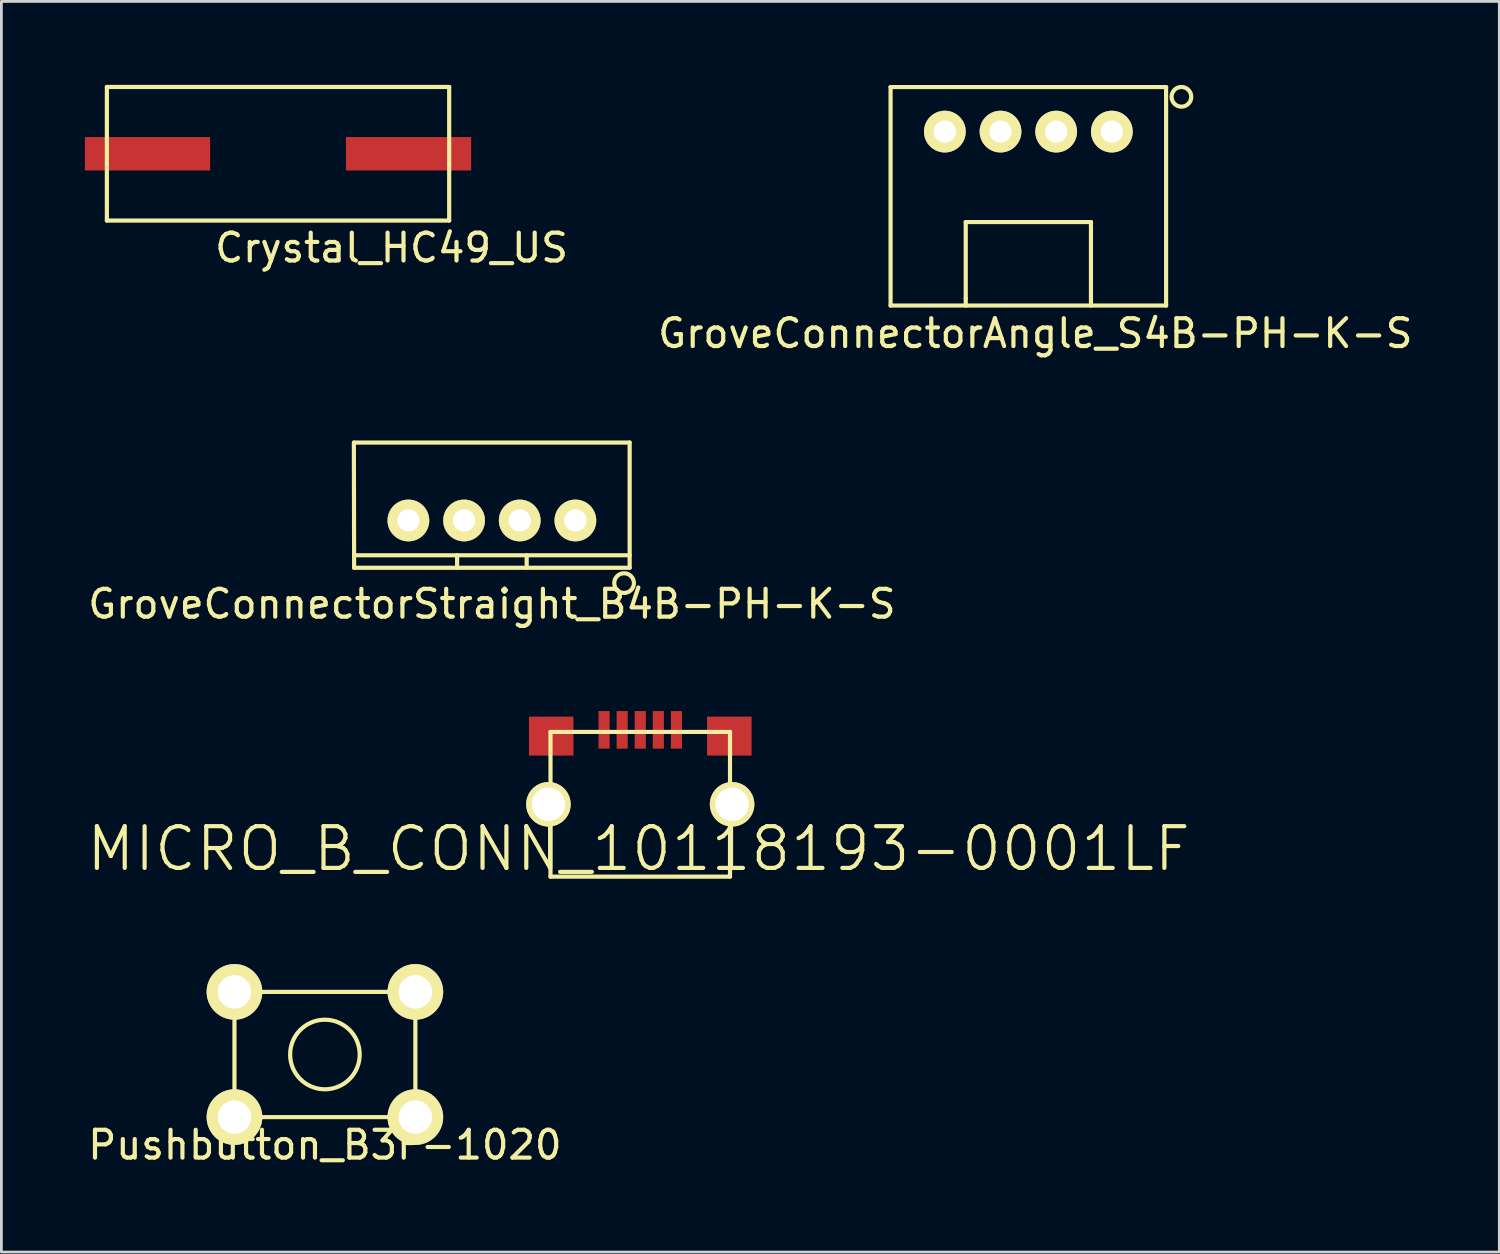
<source format=kicad_pcb>
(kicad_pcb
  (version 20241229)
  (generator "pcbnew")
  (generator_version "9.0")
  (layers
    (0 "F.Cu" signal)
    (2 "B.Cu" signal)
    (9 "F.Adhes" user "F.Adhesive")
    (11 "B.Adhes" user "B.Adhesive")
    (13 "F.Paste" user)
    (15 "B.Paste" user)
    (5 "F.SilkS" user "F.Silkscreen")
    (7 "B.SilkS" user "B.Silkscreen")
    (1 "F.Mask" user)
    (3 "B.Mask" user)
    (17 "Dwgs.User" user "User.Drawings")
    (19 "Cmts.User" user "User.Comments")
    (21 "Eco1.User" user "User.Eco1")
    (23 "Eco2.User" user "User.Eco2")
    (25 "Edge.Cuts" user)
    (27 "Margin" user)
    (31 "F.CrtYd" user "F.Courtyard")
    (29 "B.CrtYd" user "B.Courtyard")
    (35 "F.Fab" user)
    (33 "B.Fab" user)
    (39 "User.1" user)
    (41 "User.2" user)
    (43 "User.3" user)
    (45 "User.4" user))
  (footprint "Pushbutton_B3F-1020"
    (layer "F.Cu")
    (at 8.625 34.841)
    (property "Reference" "Pushbutton_B3F-1020" (at 0 3.25 0) (layer "F.SilkS") (effects (font (size 1 1) (thickness 0.15))))
    (attr through_hole)
    (fp_line (start -3.25 -2.25) (end -3.25 2.25) (stroke (width 0.15) (type solid)) (layer "F.SilkS"))
    (fp_line (start -3.25 2.25) (end 3.25 2.25) (stroke (width 0.15) (type solid)) (layer "F.SilkS"))
    (fp_line (start 3.25 -2.25) (end -3.25 -2.25) (stroke (width 0.15) (type solid)) (layer "F.SilkS"))
    (fp_line (start 3.25 2.25) (end 3.25 -2.25) (stroke (width 0.15) (type solid)) (layer "F.SilkS"))
    (fp_circle (center 0 0) (end 0.75 1) (stroke (width 0.15) (type solid)) (fill no) (layer "F.SilkS"))
    (pad "1" thru_hole circle (at 3.25 2.25) (size 2 2) (drill 1.2) (layers "*.Cu" "*.Mask" "F.SilkS"))
    (pad "2" thru_hole circle (at -3.25 2.25) (size 2 2) (drill 1.2) (layers "*.Cu" "*.Mask" "F.SilkS"))
    (pad "3" thru_hole circle (at 3.25 -2.25) (size 2 2) (drill 1.2) (layers "*.Cu" "*.Mask" "F.SilkS"))
    (pad "4" thru_hole circle (at -3.25 -2.25) (size 2 2) (drill 1.2) (layers "*.Cu" "*.Mask" "F.SilkS")))
  (footprint "GroveConnectorStraight_B4B-PH-K-S"
    (layer "F.Cu")
    (at 14.625 15.652)
    (property "Reference" "GroveConnectorStraight_B4B-PH-K-S" (at 0 3 0) (layer "F.SilkS") (effects (font (size 1 1) (thickness 0.15))))
    (attr through_hole)
    (fp_line (start -4.95 -2.8) (end 4.95 -2.8) (stroke (width 0.15) (type solid)) (layer "F.SilkS"))
    (fp_line (start -4.95 1.25) (end 4.95 1.25) (stroke (width 0.15) (type solid)) (layer "F.SilkS"))
    (fp_line (start -4.95 1.7) (end -4.96 -2.8) (stroke (width 0.15) (type solid)) (layer "F.SilkS"))
    (fp_line (start -4.95 1.7) (end 4.95 1.7) (stroke (width 0.15) (type solid)) (layer "F.SilkS"))
    (fp_line (start -1.25 1.25) (end -1.25 1.7) (stroke (width 0.15) (type solid)) (layer "F.SilkS"))
    (fp_line (start 1.25 1.25) (end 1.25 1.7) (stroke (width 0.15) (type solid)) (layer "F.SilkS"))
    (fp_line (start 4.95 1.7) (end 4.95 -2.8) (stroke (width 0.15) (type solid)) (layer "F.SilkS"))
    (fp_circle (center 4.75 2.25) (end 5 2.5) (stroke (width 0.15) (type solid)) (fill no) (layer "F.SilkS"))
    (pad "1" thru_hole circle (at 3 0) (size 1.5 1.5) (drill 0.8) (layers "*.Cu" "*.Mask" "F.SilkS"))
    (pad "2" thru_hole circle (at 1 0) (size 1.5 1.5) (drill 0.8) (layers "*.Cu" "*.Mask" "F.SilkS"))
    (pad "3" thru_hole circle (at -1 0) (size 1.5 1.5) (drill 0.8) (layers "*.Cu" "*.Mask" "F.SilkS"))
    (pad "4" thru_hole circle (at -3 0) (size 1.5 1.5) (drill 0.8) (layers "*.Cu" "*.Mask" "F.SilkS")))
  (footprint "Crystal_HC49_US"
    (layer "F.Cu")
    (at 6.94 2.475)
    (property "Reference" "Crystal_HC49_US" (at 4.08 3.38 0) (layer "F.SilkS") (effects (font (size 1 1) (thickness 0.15))))
    (attr through_hole)
    (fp_line (start -6.15 -2.4) (end -6.15 2.4) (stroke (width 0.15) (type solid)) (layer "F.SilkS"))
    (fp_line (start -6.15 2.4) (end 6.15 2.4) (stroke (width 0.15) (type solid)) (layer "F.SilkS"))
    (fp_line (start 6.15 -2.4) (end -6.15 -2.4) (stroke (width 0.15) (type solid)) (layer "F.SilkS"))
    (fp_line (start 6.15 2.4) (end 6.15 -2.4) (stroke (width 0.15) (type solid)) (layer "F.SilkS"))
    (pad "1" smd rect (at -4.69 0) (size 4.5 1.2) (layers "F.Cu" "F.Mask" "F.Paste"))
    (pad "2" smd rect (at 4.69 0) (size 4.5 1.2) (layers "F.Cu" "F.Mask" "F.Paste")))
  (footprint "GroveConnectorAngle_S4B-PH-K-S"
    (layer "F.Cu")
    (at 33.901 1.679)
    (property "Reference" "GroveConnectorAngle_S4B-PH-K-S" (at 0.25 7.25 0) (layer "F.SilkS") (effects (font (size 1 1) (thickness 0.15))))
    (attr through_hole)
    (fp_line (start -4.95 -1.6) (end -4.95 6.25) (stroke (width 0.15) (type solid)) (layer "F.SilkS"))
    (fp_line (start -4.95 -1.6) (end 4.95 -1.6) (stroke (width 0.15) (type solid)) (layer "F.SilkS"))
    (fp_line (start -4.95 6.25) (end 4.95 6.25) (stroke (width 0.15) (type solid)) (layer "F.SilkS"))
    (fp_line (start -2.25 3.25) (end 2.25 3.25) (stroke (width 0.15) (type solid)) (layer "F.SilkS"))
    (fp_line (start -2.25 6) (end -2.25 3.25) (stroke (width 0.15) (type solid)) (layer "F.SilkS"))
    (fp_line (start -2.25 6.25) (end -2.25 6) (stroke (width 0.15) (type solid)) (layer "F.SilkS"))
    (fp_line (start 2.25 3.25) (end 2.25 6.25) (stroke (width 0.15) (type solid)) (layer "F.SilkS"))
    (fp_line (start 4.95 -1.6) (end 4.95 6.25) (stroke (width 0.15) (type solid)) (layer "F.SilkS"))
    (fp_circle (center 5.5 -1.25) (end 5.75 -1) (stroke (width 0.15) (type solid)) (fill no) (layer "F.SilkS"))
    (pad "1" thru_hole circle (at -3 0) (size 1.5 1.5) (drill 0.8) (layers "*.Cu" "*.Mask" "F.SilkS"))
    (pad "2" thru_hole circle (at -1 0) (size 1.5 1.5) (drill 0.8) (layers "*.Cu" "*.Mask" "F.SilkS"))
    (pad "3" thru_hole circle (at 1 0) (size 1.5 1.5) (drill 0.8) (layers "*.Cu" "*.Mask" "F.SilkS"))
    (pad "4" thru_hole circle (at 3 0) (size 1.5 1.5) (drill 0.8) (layers "*.Cu" "*.Mask" "F.SilkS")))
  (footprint "MICRO_B_CONN_10118193-0001LF"
    (layer "F.Cu")
    (at 19.956 25.85)
    (property "Reference" "MICRO_B_CONN_10118193-0001LF" (at -0.06 1.6 180) (layer "F.SilkS") (effects (font (size 1.5 1.5) (thickness 0.15))))
    (attr through_hole)
    (fp_line (start -3.225 -2.6) (end 3.225 -2.6) (stroke (width 0.15) (type solid)) (layer "F.SilkS"))
    (fp_line (start -3.225 2.6) (end -3.225 -2.6) (stroke (width 0.15) (type solid)) (layer "F.SilkS"))
    (fp_line (start 3.225 -2.6) (end 3.225 2.6) (stroke (width 0.15) (type solid)) (layer "F.SilkS"))
    (fp_line (start 3.225 2.6) (end -3.225 2.6) (stroke (width 0.15) (type solid)) (layer "F.SilkS"))
    (pad "1" smd rect (at -1.3 -2.675) (size 0.4 1.35) (layers "F.Cu" "F.Mask" "F.Paste"))
    (pad "2" smd rect (at -0.65 -2.675) (size 0.4 1.35) (layers "F.Cu" "F.Mask" "F.Paste"))
    (pad "3" smd rect (at 0 -2.675) (size 0.4 1.35) (layers "F.Cu" "F.Mask" "F.Paste"))
    (pad "4" smd rect (at 0.65 -2.675) (size 0.4 1.35) (layers "F.Cu" "F.Mask" "F.Paste"))
    (pad "5" smd rect (at 1.3 -2.675) (size 0.4 1.35) (layers "F.Cu" "F.Mask" "F.Paste"))
    (pad "6" smd rect (at 3.2 -2.45) (size 1.6 1.4) (layers "F.Cu" "F.Mask" "F.Paste"))
    (pad "7" thru_hole oval (at 3.3 0) (size 1.6 1.6) (drill 1.2) (layers "*.Cu" "*.Mask" "F.SilkS"))
    (pad "8" thru_hole oval (at -3.3 0) (size 1.6 1.6) (drill 1.2) (layers "*.Cu" "*.Mask" "F.SilkS"))
    (pad "9" smd rect (at -3.2 -2.45) (size 1.6 1.4) (layers "F.Cu" "F.Mask" "F.Paste")))
  (gr_rect
    (start -3 -3)
    (end 50.824 41.939)
    (stroke (width 0.1) (type default))
    (fill no)
    (layer "Edge.Cuts")))
</source>
